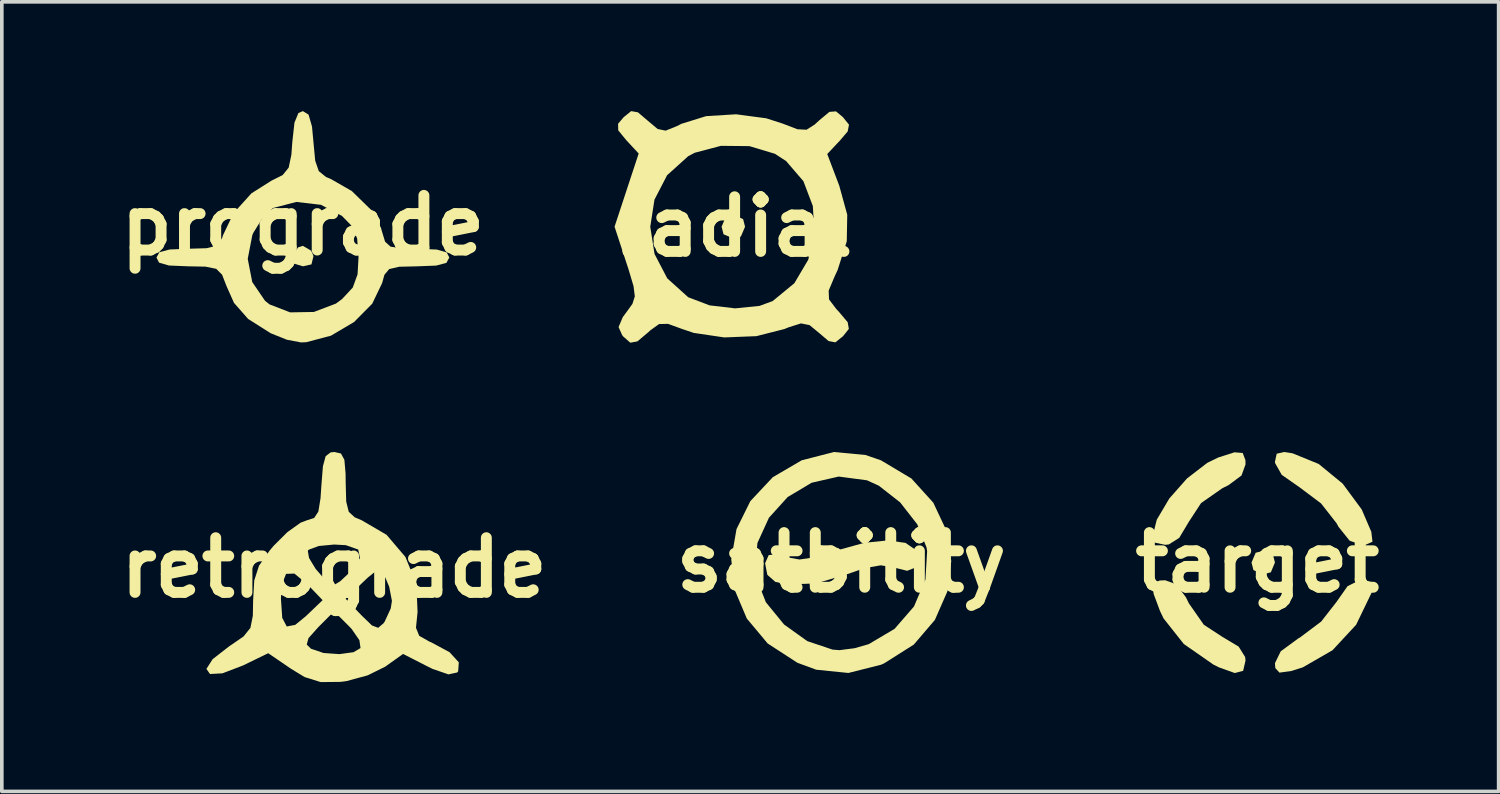
<source format=kicad_pcb>
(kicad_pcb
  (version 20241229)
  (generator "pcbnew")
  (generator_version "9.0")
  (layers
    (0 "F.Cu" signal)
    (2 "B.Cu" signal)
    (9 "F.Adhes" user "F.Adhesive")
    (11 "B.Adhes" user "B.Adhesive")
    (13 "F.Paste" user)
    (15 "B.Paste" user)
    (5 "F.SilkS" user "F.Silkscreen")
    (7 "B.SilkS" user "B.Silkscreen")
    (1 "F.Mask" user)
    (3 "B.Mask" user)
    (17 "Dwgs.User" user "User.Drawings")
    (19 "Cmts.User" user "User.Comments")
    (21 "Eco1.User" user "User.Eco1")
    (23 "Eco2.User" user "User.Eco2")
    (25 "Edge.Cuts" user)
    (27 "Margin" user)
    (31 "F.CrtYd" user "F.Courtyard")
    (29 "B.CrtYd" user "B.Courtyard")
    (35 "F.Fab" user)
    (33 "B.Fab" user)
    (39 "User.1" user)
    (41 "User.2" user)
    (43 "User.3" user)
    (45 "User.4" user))
  (footprint "prograde"
    (layer "F.Cu")
    (at 5.264 3.135)
    (property "Reference" "prograde" (at 0 0 0) (layer "F.SilkS") (effects (font (size 1.5 1.5) (thickness 0.3))))
    (attr board_only exclude_from_pos_files exclude_from_bom)
    (fp_poly (pts (xy 0.227 0.696) (xy 0.291 0.844) (xy 0.235 1.072) (xy 0 1.125) (xy -0.264 1.044) (xy -0.291 0.844) (xy -0.132 0.605) (xy 0 0.563)) (stroke (width 0) (type solid)) (fill yes) (layer "F.SilkS"))
    (fp_poly (pts (xy 0.156 -3.038) (xy 0.25 -2.712) (xy 0.29 -2.284) (xy 0.338 -1.773) (xy 0.437 -1.487) (xy 0.634 -1.327) (xy 0.772 -1.269) (xy 1.344 -0.94) (xy 1.833 -0.462) (xy 2.14 0.06) (xy 2.175 0.183) (xy 2.256 0.449) (xy 2.406 0.585) (xy 2.716 0.636) (xy 3.148 0.643) (xy 3.676 0.665) (xy 3.947 0.743) (xy 4.019 0.884) (xy 3.939 1.031) (xy 3.657 1.105) (xy 3.148 1.125) (xy 2.642 1.137) (xy 2.369 1.201) (xy 2.238 1.358) (xy 2.175 1.585) (xy 1.904 2.15) (xy 1.405 2.654) (xy 0.771 3.029) (xy 0.094 3.208) (xy -0.051 3.214) (xy -0.441 3.14) (xy -0.884 2.962) (xy -1.503 2.57) (xy -1.891 2.129) (xy -2.096 1.669) (xy -2.218 1.356) (xy -2.379 1.194) (xy -2.676 1.134) (xy -3.147 1.125) (xy -3.676 1.103) (xy -3.947 1.025) (xy -4.001 0.92) (xy -1.514 0.92) (xy -1.39 1.557) (xy -1.04 2.07) (xy -0.916 2.17) (xy -0.35 2.389) (xy 0.301 2.378) (xy 0.907 2.148) (xy 1.076 2.023) (xy 1.369 1.708) (xy 1.501 1.344) (xy 1.527 0.884) (xy 1.49 0.363) (xy 1.339 0.015) (xy 1.076 -0.255) (xy 0.496 -0.563) (xy -0.18 -0.642) (xy -0.813 -0.477) (xy -0.828 -0.469) (xy -1.105 -0.208) (xy -1.359 0.203) (xy -1.388 0.268) (xy -1.514 0.92) (xy -4.001 0.92) (xy -4.019 0.884) (xy -3.938 0.737) (xy -3.656 0.663) (xy -3.152 0.643) (xy -2.643 0.628) (xy -2.366 0.559) (xy -2.234 0.402) (xy -2.191 0.267) (xy -1.904 -0.334) (xy -1.413 -0.878) (xy -0.866 -1.224) (xy -0.554 -1.381) (xy -0.39 -1.584) (xy -0.316 -1.937) (xy -0.29 -2.289) (xy -0.231 -2.82) (xy -0.123 -3.083) (xy 0 -3.135)) (stroke (width 0) (type solid)) (fill yes) (layer "F.SilkS")))
  (footprint "radial"
    (layer "F.Cu")
    (at 17.079 3.173)
    (property "Reference" "radial" (at 0 0 0) (layer "F.SilkS") (effects (font (size 1.5 1.5) (thickness 0.3))))
    (attr board_only exclude_from_pos_files exclude_from_bom)
    (fp_poly (pts (xy 0.269 -0.208) (xy 0.322 0) (xy 0.208 0.269) (xy 0 0.322) (xy -0.269 0.208) (xy -0.322 0) (xy -0.208 -0.269) (xy 0 -0.322)) (stroke (width 0) (type solid)) (fill yes) (layer "F.SilkS"))
    (fp_poly (pts (xy -2.619 -3.14) (xy -2.351 -2.912) (xy -2.077 -2.682) (xy -1.857 -2.637) (xy -1.541 -2.765) (xy -1.427 -2.824) (xy -0.747 -3.035) (xy 0.075 -3.086) (xy 0.904 -2.976) (xy 1.353 -2.831) (xy 1.76 -2.675) (xy 2.009 -2.662) (xy 2.233 -2.805) (xy 2.361 -2.922) (xy 2.637 -3.152) (xy 2.819 -3.166) (xy 3.008 -3.008) (xy 3.175 -2.801) (xy 3.139 -2.615) (xy 2.928 -2.367) (xy 2.578 -1.995) (xy 2.908 -1.126) (xy 3.127 -0.328) (xy 3.114 0.401) (xy 2.864 1.185) (xy 2.774 1.381) (xy 2.617 1.754) (xy 2.627 1.995) (xy 2.824 2.256) (xy 2.896 2.333) (xy 3.139 2.621) (xy 3.171 2.805) (xy 3.011 3.006) (xy 3.008 3.008) (xy 2.802 3.174) (xy 2.616 3.139) (xy 2.361 2.922) (xy 2.092 2.701) (xy 1.857 2.654) (xy 1.51 2.764) (xy 1.398 2.81) (xy 0.633 3.004) (xy -0.249 3.039) (xy -1.086 2.915) (xy -1.398 2.81) (xy -1.793 2.666) (xy -2.038 2.672) (xy -2.274 2.841) (xy -2.328 2.891) (xy -2.633 3.148) (xy -2.828 3.184) (xy -3.022 3.013) (xy -3.05 2.979) (xy -3.15 2.754) (xy -3.034 2.481) (xy -2.934 2.346) (xy -2.769 2.117) (xy -2.704 1.912) (xy -2.739 1.632) (xy -2.874 1.178) (xy -2.941 0.974) (xy -3.259 0.003) (xy -2.28 0.003) (xy -2.163 0.748) (xy -1.813 1.418) (xy -1.238 1.936) (xy -0.651 2.159) (xy 0.051 2.241) (xy 0.721 2.173) (xy 1.081 2.04) (xy 1.675 1.551) (xy 2.057 0.905) (xy 2.226 0.176) (xy 2.183 -0.566) (xy 1.924 -1.249) (xy 1.45 -1.801) (xy 1.14 -2.002) (xy 0.442 -2.212) (xy -0.34 -2.22) (xy -1.059 -2.03) (xy -1.238 -1.936) (xy -1.818 -1.413) (xy -2.165 -0.742) (xy -2.28 0.003) (xy -3.259 0.003) (xy -3.26 0) (xy -2.929 -1.005) (xy -2.598 -2.009) (xy -2.938 -2.375) (xy -3.159 -2.645) (xy -3.163 -2.827) (xy -3.008 -3.008) (xy -2.804 -3.173)) (stroke (width 0) (type solid)) (fill yes) (layer "F.SilkS")))
  (footprint "target"
    (layer "F.Cu")
    (at 31.464 12.391)
    (property "Reference" "target" (at 0 0 0) (layer "F.SilkS") (effects (font (size 1.5 1.5) (thickness 0.3))))
    (attr board_only exclude_from_pos_files exclude_from_bom)
    (fp_poly (pts (xy 0.429 -0.208) (xy 0.482 0) (xy 0.369 0.269) (xy 0.161 0.322) (xy -0.108 0.208) (xy -0.161 0) (xy -0.047 -0.269) (xy 0.161 -0.322)) (stroke (width 0) (type solid)) (fill yes) (layer "F.SilkS"))
    (fp_poly (pts (xy 0.966 -2.998) (xy 1.682 -2.706) (xy 2.34 -2.167) (xy 2.863 -1.458) (xy 3.127 -0.844) (xy 3.159 -0.571) (xy 2.967 -0.486) (xy 2.864 -0.483) (xy 2.532 -0.599) (xy 2.228 -0.979) (xy 2.17 -1.083) (xy 1.748 -1.622) (xy 1.166 -2.059) (xy 0.668 -2.407) (xy 0.484 -2.733) (xy 0.482 -2.765) (xy 0.53 -2.987) (xy 0.734 -3.034)) (stroke (width 0) (type solid)) (fill yes) (layer "F.SilkS"))
    (fp_poly (pts (xy 3.131 0.532) (xy 3.155 0.743) (xy 3.127 0.844) (xy 2.71 1.709) (xy 2.062 2.407) (xy 1.247 2.877) (xy 0.924 2.979) (xy 0.606 3.022) (xy 0.492 2.897) (xy 0.482 2.762) (xy 0.641 2.436) (xy 1.118 2.086) (xy 1.166 2.059) (xy 1.75 1.621) (xy 2.17 1.083) (xy 2.475 0.649) (xy 2.798 0.487) (xy 2.864 0.483)) (stroke (width 0) (type solid)) (fill yes) (layer "F.SilkS"))
    (fp_poly (pts (xy -2.228 0.596) (xy -1.962 0.954) (xy -1.88 1.121) (xy -1.471 1.707) (xy -0.96 2.041) (xy -0.515 2.307) (xy -0.336 2.593) (xy -0.326 2.693) (xy -0.391 2.972) (xy -0.62 3.033) (xy -1.049 2.88) (xy -1.206 2.802) (xy -2.02 2.236) (xy -2.576 1.533) (xy -2.673 1.331) (xy -2.851 0.853) (xy -2.859 0.593) (xy -2.687 0.494) (xy -2.532 0.486)) (stroke (width 0) (type solid)) (fill yes) (layer "F.SilkS"))
    (fp_poly (pts (xy -0.403 -3.007) (xy -0.328 -2.809) (xy -0.326 -2.693) (xy -0.436 -2.389) (xy -0.794 -2.123) (xy -0.96 -2.041) (xy -1.546 -1.632) (xy -1.88 -1.121) (xy -2.146 -0.676) (xy -2.432 -0.497) (xy -2.532 -0.486) (xy -2.814 -0.546) (xy -2.894 -0.648) (xy -2.762 -1.176) (xy -2.417 -1.759) (xy -1.931 -2.309) (xy -1.376 -2.736) (xy -1.075 -2.883) (xy -0.629 -3.026)) (stroke (width 0) (type solid)) (fill yes) (layer "F.SilkS")))
  (footprint "satbility"
    (layer "F.Cu")
    (at 20.043 12.391)
    (property "Reference" "satbility" (at 0 0 0) (layer "F.SilkS") (effects (font (size 1.5 1.5) (thickness 0.3))))
    (attr board_only exclude_from_pos_files exclude_from_bom)
    (fp_poly (pts (xy 1.761 -0.54) (xy 2.044 -0.346) (xy 2.09 -0.18) (xy 2.029 0.14) (xy 1.808 0.227) (xy 1.458 0.14) (xy 1.084 0.076) (xy 0.633 0.155) (xy 0.179 0.314) (xy -0.691 0.573) (xy -1.447 0.601) (xy -1.809 0.532) (xy -2.031 0.337) (xy -2.092 0.02) (xy -1.993 -0.204) (xy -1.788 -0.225) (xy -1.486 -0.145) (xy -1.148 -0.083) (xy -0.705 -0.148) (xy -0.094 -0.341) (xy 0.634 -0.542) (xy 1.272 -0.607)) (stroke (width 0) (type solid)) (fill yes) (layer "F.SilkS"))
    (fp_poly (pts (xy 0.663 -2.952) (xy 1.088 -2.806) (xy 1.924 -2.307) (xy 2.525 -1.643) (xy 2.889 -0.869) (xy 3.018 -0.039) (xy 2.911 0.794) (xy 2.568 1.576) (xy 1.99 2.252) (xy 1.175 2.768) (xy 1.088 2.806) (xy 0.195 3.031) (xy -0.689 2.942) (xy -1.206 2.751) (xy -2.021 2.222) (xy -2.594 1.537) (xy -2.927 0.749) (xy -2.985 0.236) (xy -2.365 0.236) (xy -2.341 0.408) (xy -2.069 1.092) (xy -1.572 1.7) (xy -0.934 2.157) (xy -0.24 2.39) (xy -0.051 2.405) (xy 0.363 2.352) (xy 0.753 2.24) (xy 1.461 1.821) (xy 1.995 1.206) (xy 2.309 0.469) (xy 2.356 -0.31) (xy 2.339 -0.416) (xy 2.084 -1.05) (xy 1.615 -1.651) (xy 1.03 -2.109) (xy 0.705 -2.257) (xy -0.071 -2.36) (xy -0.815 -2.19) (xy -1.472 -1.798) (xy -1.986 -1.23) (xy -2.303 -0.536) (xy -2.365 0.236) (xy -2.985 0.236) (xy -3.021 -0.087) (xy -2.877 -0.917) (xy -2.496 -1.687) (xy -1.88 -2.343) (xy -1.088 -2.806) (xy -0.204 -3.034)) (stroke (width 0) (type solid)) (fill yes) (layer "F.SilkS")))
  (footprint "retrograde"
    (layer "F.Cu")
    (at 6.121 12.532)
    (property "Reference" "retrograde" (at 0 0 0) (layer "F.SilkS") (effects (font (size 1.5 1.5) (thickness 0.3))))
    (attr board_only exclude_from_pos_files exclude_from_bom)
    (fp_poly (pts (xy 0.188 -3.134) (xy 0.282 -2.961) (xy 0.315 -2.581) (xy 0.318 -2.317) (xy 0.332 -1.814) (xy 0.402 -1.533) (xy 0.567 -1.381) (xy 0.754 -1.303) (xy 1.44 -0.902) (xy 1.957 -0.294) (xy 2.257 0.44) (xy 2.291 1.22) (xy 2.288 1.244) (xy 2.247 1.65) (xy 2.336 1.87) (xy 2.614 2.028) (xy 2.677 2.055) (xy 3.17 2.321) (xy 3.423 2.598) (xy 3.405 2.845) (xy 3.378 2.877) (xy 3.139 2.929) (xy 2.702 2.779) (xy 2.553 2.705) (xy 1.893 2.368) (xy 1.402 2.718) (xy 0.923 2.955) (xy 0.337 3.114) (xy 0.178 3.135) (xy -0.368 3.141) (xy -0.809 3.003) (xy -1.182 2.776) (xy -1.809 2.348) (xy -2.502 2.685) (xy -3.065 2.9) (xy -3.407 2.919) (xy -3.505 2.779) (xy -3.336 2.513) (xy -2.879 2.157) (xy -2.857 2.143) (xy -2.809 2.11) (xy -0.751 2.11) (xy -0.635 2.225) (xy -0.29 2.342) (xy 0.145 2.373) (xy 0.533 2.32) (xy 0.725 2.206) (xy 0.694 1.991) (xy 0.482 1.684) (xy 0.416 1.614) (xy 0 1.198) (xy -0.437 1.636) (xy -0.703 1.934) (xy -0.751 2.11) (xy -2.809 2.11) (xy -2.487 1.889) (xy -2.298 1.654) (xy -2.231 1.32) (xy -2.223 0.9) (xy -2.22 0.847) (xy -1.46 0.847) (xy -1.424 1.378) (xy -1.3 1.614) (xy -1.067 1.57) (xy -0.776 1.332) (xy -0.316 0.892) (xy -0.352 0.854) (xy 0.316 0.854) (xy 0.75 1.307) (xy 1.039 1.586) (xy 1.21 1.651) (xy 1.354 1.528) (xy 1.386 1.485) (xy 1.555 1.118) (xy 1.587 0.912) (xy 1.513 0.528) (xy 1.415 0.291) (xy 1.291 0.098) (xy 1.158 0.086) (xy 0.925 0.272) (xy 0.779 0.411) (xy 0.316 0.854) (xy -0.352 0.854) (xy -0.744 0.445) (xy -1.091 0.162) (xy -1.319 0.17) (xy -1.438 0.472) (xy -1.46 0.847) (xy -2.22 0.847) (xy -2.192 0.35) (xy -2.062 -0.053) (xy -1.774 -0.464) (xy -0.722 -0.464) (xy -0.688 -0.263) (xy -0.505 0.036) (xy -0.258 0.318) (xy -0.034 0.471) (xy 0 0.476) (xy 0.169 0.372) (xy 0.44 0.118) (xy 0.465 0.091) (xy 0.71 -0.263) (xy 0.662 -0.498) (xy 0.319 -0.618) (xy 0 -0.635) (xy -0.422 -0.595) (xy -0.693 -0.495) (xy -0.722 -0.464) (xy -1.774 -0.464) (xy -1.771 -0.468) (xy -1.664 -0.596) (xy -1.283 -0.976) (xy -0.919 -1.235) (xy -0.751 -1.299) (xy -0.547 -1.365) (xy -0.432 -1.541) (xy -0.373 -1.906) (xy -0.349 -2.262) (xy -0.307 -2.784) (xy -0.232 -3.061) (xy -0.095 -3.165) (xy 0.008 -3.175)) (stroke (width 0) (type solid)) (fill yes) (layer "F.SilkS")))
  (gr_rect
    (start -3 -3)
    (end 38.086 18.673)
    (stroke (width 0.1) (type default))
    (fill no)
    (layer "Edge.Cuts")))
</source>
